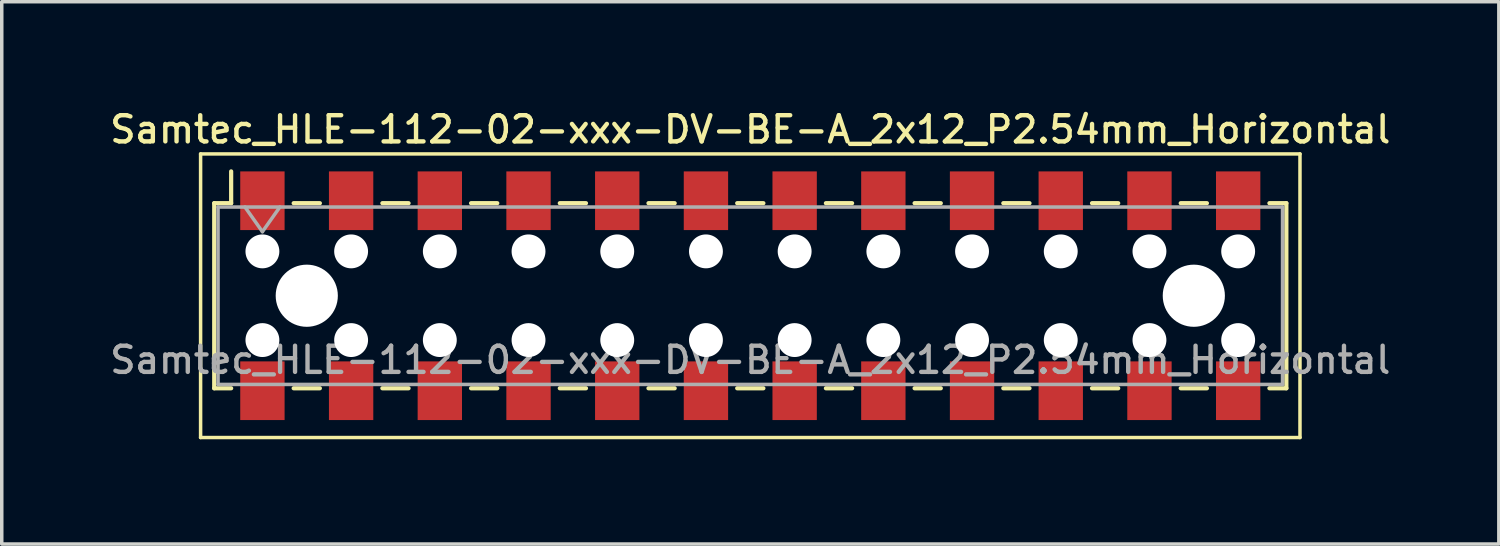
<source format=kicad_pcb>
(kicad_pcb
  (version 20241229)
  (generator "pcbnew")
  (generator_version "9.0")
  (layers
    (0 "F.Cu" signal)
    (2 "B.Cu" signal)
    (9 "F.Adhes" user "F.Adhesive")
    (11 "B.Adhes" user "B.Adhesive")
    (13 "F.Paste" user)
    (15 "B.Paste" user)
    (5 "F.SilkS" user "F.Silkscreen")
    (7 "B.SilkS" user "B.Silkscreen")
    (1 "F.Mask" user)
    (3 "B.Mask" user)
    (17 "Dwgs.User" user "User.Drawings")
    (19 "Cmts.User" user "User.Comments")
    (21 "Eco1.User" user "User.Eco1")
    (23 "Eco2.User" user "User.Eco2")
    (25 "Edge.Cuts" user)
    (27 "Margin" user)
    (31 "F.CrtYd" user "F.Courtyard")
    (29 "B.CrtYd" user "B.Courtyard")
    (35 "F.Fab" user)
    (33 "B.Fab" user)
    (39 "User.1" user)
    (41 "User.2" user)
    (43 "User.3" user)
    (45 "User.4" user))
  (footprint "Samtec_HLE-112-02-xxx-DV-BE-A_2x12_P2.54mm_Horizontal"
    (layer "F.Cu")
    (at 18.434 5.418)
    (property "Reference" "Samtec_HLE-112-02-xxx-DV-BE-A_2x12_P2.54mm_Horizontal" (at 0 -4.76 0) (layer "F.SilkS") (effects (font (size 0.75 0.75) (thickness 0.125))))
    (attr smd)
    (fp_line (start -15.74 -4.06) (end 15.74 -4.06) (stroke (width 0.1) (type solid)) (layer "F.SilkS"))
    (fp_line (start -15.74 4.06) (end -15.74 -4.06) (stroke (width 0.1) (type solid)) (layer "F.SilkS"))
    (fp_line (start -15.35 -2.65) (end -15.35 2.65) (stroke (width 0.12) (type solid)) (layer "F.SilkS"))
    (fp_line (start -15.35 2.65) (end -14.865 2.65) (stroke (width 0.12) (type solid)) (layer "F.SilkS"))
    (fp_line (start -14.865 -3.56) (end -14.865 -2.65) (stroke (width 0.12) (type solid)) (layer "F.SilkS"))
    (fp_line (start -14.865 -2.65) (end -15.35 -2.65) (stroke (width 0.12) (type solid)) (layer "F.SilkS"))
    (fp_line (start -13.075 -2.65) (end -12.325 -2.65) (stroke (width 0.12) (type solid)) (layer "F.SilkS"))
    (fp_line (start -13.075 2.65) (end -12.325 2.65) (stroke (width 0.12) (type solid)) (layer "F.SilkS"))
    (fp_line (start -10.535 -2.65) (end -9.785 -2.65) (stroke (width 0.12) (type solid)) (layer "F.SilkS"))
    (fp_line (start -10.535 2.65) (end -9.785 2.65) (stroke (width 0.12) (type solid)) (layer "F.SilkS"))
    (fp_line (start -7.995 -2.65) (end -7.245 -2.65) (stroke (width 0.12) (type solid)) (layer "F.SilkS"))
    (fp_line (start -7.995 2.65) (end -7.245 2.65) (stroke (width 0.12) (type solid)) (layer "F.SilkS"))
    (fp_line (start -5.455 -2.65) (end -4.705 -2.65) (stroke (width 0.12) (type solid)) (layer "F.SilkS"))
    (fp_line (start -5.455 2.65) (end -4.705 2.65) (stroke (width 0.12) (type solid)) (layer "F.SilkS"))
    (fp_line (start -2.915 -2.65) (end -2.165 -2.65) (stroke (width 0.12) (type solid)) (layer "F.SilkS"))
    (fp_line (start -2.915 2.65) (end -2.165 2.65) (stroke (width 0.12) (type solid)) (layer "F.SilkS"))
    (fp_line (start -0.375 -2.65) (end 0.375 -2.65) (stroke (width 0.12) (type solid)) (layer "F.SilkS"))
    (fp_line (start -0.375 2.65) (end 0.375 2.65) (stroke (width 0.12) (type solid)) (layer "F.SilkS"))
    (fp_line (start 2.165 -2.65) (end 2.915 -2.65) (stroke (width 0.12) (type solid)) (layer "F.SilkS"))
    (fp_line (start 2.165 2.65) (end 2.915 2.65) (stroke (width 0.12) (type solid)) (layer "F.SilkS"))
    (fp_line (start 4.705 -2.65) (end 5.455 -2.65) (stroke (width 0.12) (type solid)) (layer "F.SilkS"))
    (fp_line (start 4.705 2.65) (end 5.455 2.65) (stroke (width 0.12) (type solid)) (layer "F.SilkS"))
    (fp_line (start 7.245 -2.65) (end 7.995 -2.65) (stroke (width 0.12) (type solid)) (layer "F.SilkS"))
    (fp_line (start 7.245 2.65) (end 7.995 2.65) (stroke (width 0.12) (type solid)) (layer "F.SilkS"))
    (fp_line (start 9.785 -2.65) (end 10.535 -2.65) (stroke (width 0.12) (type solid)) (layer "F.SilkS"))
    (fp_line (start 9.785 2.65) (end 10.535 2.65) (stroke (width 0.12) (type solid)) (layer "F.SilkS"))
    (fp_line (start 12.325 -2.65) (end 13.075 -2.65) (stroke (width 0.12) (type solid)) (layer "F.SilkS"))
    (fp_line (start 12.325 2.65) (end 13.075 2.65) (stroke (width 0.12) (type solid)) (layer "F.SilkS"))
    (fp_line (start 14.865 -2.65) (end 15.35 -2.65) (stroke (width 0.12) (type solid)) (layer "F.SilkS"))
    (fp_line (start 15.35 -2.65) (end 15.35 2.65) (stroke (width 0.12) (type solid)) (layer "F.SilkS"))
    (fp_line (start 15.35 2.65) (end 14.865 2.65) (stroke (width 0.12) (type solid)) (layer "F.SilkS"))
    (fp_line (start 15.74 -4.06) (end 15.74 4.06) (stroke (width 0.1) (type solid)) (layer "F.SilkS"))
    (fp_line (start 15.74 4.06) (end -15.74 4.06) (stroke (width 0.1) (type solid)) (layer "F.SilkS"))
    (fp_line (start -15.24 -2.54) (end 15.24 -2.54) (stroke (width 0.1) (type solid)) (layer "F.Fab"))
    (fp_line (start -15.24 2.54) (end -15.24 -2.54) (stroke (width 0.1) (type solid)) (layer "F.Fab"))
    (fp_line (start -14.47 -2.54) (end -13.97 -1.833) (stroke (width 0.1) (type solid)) (layer "F.Fab"))
    (fp_line (start -13.97 -1.833) (end -13.47 -2.54) (stroke (width 0.1) (type solid)) (layer "F.Fab"))
    (fp_line (start 15.24 -2.54) (end 15.24 2.54) (stroke (width 0.1) (type solid)) (layer "F.Fab"))
    (fp_line (start 15.24 2.54) (end -15.24 2.54) (stroke (width 0.1) (type solid)) (layer "F.Fab"))
    (fp_text user "${REFERENCE}" (at 0 1.84 0) (layer "F.Fab") (effects (font (size 0.75 0.75) (thickness 0.125))))
    (pad "" np_thru_hole circle (at -13.97 -1.27) (size 0.97 0.97) (drill 0.97) (layers "*.Cu" "*.Mask"))
    (pad "" np_thru_hole circle (at -13.97 1.27) (size 0.97 0.97) (drill 0.97) (layers "*.Cu" "*.Mask"))
    (pad "" np_thru_hole circle (at -12.7 0) (size 1.78 1.78) (drill 1.78) (layers "*.Cu" "*.Mask"))
    (pad "" np_thru_hole circle (at -11.43 -1.27) (size 0.97 0.97) (drill 0.97) (layers "*.Cu" "*.Mask"))
    (pad "" np_thru_hole circle (at -11.43 1.27) (size 0.97 0.97) (drill 0.97) (layers "*.Cu" "*.Mask"))
    (pad "" np_thru_hole circle (at -8.89 -1.27) (size 0.97 0.97) (drill 0.97) (layers "*.Cu" "*.Mask"))
    (pad "" np_thru_hole circle (at -8.89 1.27) (size 0.97 0.97) (drill 0.97) (layers "*.Cu" "*.Mask"))
    (pad "" np_thru_hole circle (at -6.35 -1.27) (size 0.97 0.97) (drill 0.97) (layers "*.Cu" "*.Mask"))
    (pad "" np_thru_hole circle (at -6.35 1.27) (size 0.97 0.97) (drill 0.97) (layers "*.Cu" "*.Mask"))
    (pad "" np_thru_hole circle (at -3.81 -1.27) (size 0.97 0.97) (drill 0.97) (layers "*.Cu" "*.Mask"))
    (pad "" np_thru_hole circle (at -3.81 1.27) (size 0.97 0.97) (drill 0.97) (layers "*.Cu" "*.Mask"))
    (pad "" np_thru_hole circle (at -1.27 -1.27) (size 0.97 0.97) (drill 0.97) (layers "*.Cu" "*.Mask"))
    (pad "" np_thru_hole circle (at -1.27 1.27) (size 0.97 0.97) (drill 0.97) (layers "*.Cu" "*.Mask"))
    (pad "" np_thru_hole circle (at 1.27 -1.27) (size 0.97 0.97) (drill 0.97) (layers "*.Cu" "*.Mask"))
    (pad "" np_thru_hole circle (at 1.27 1.27) (size 0.97 0.97) (drill 0.97) (layers "*.Cu" "*.Mask"))
    (pad "" np_thru_hole circle (at 3.81 -1.27) (size 0.97 0.97) (drill 0.97) (layers "*.Cu" "*.Mask"))
    (pad "" np_thru_hole circle (at 3.81 1.27) (size 0.97 0.97) (drill 0.97) (layers "*.Cu" "*.Mask"))
    (pad "" np_thru_hole circle (at 6.35 -1.27) (size 0.97 0.97) (drill 0.97) (layers "*.Cu" "*.Mask"))
    (pad "" np_thru_hole circle (at 6.35 1.27) (size 0.97 0.97) (drill 0.97) (layers "*.Cu" "*.Mask"))
    (pad "" np_thru_hole circle (at 8.89 -1.27) (size 0.97 0.97) (drill 0.97) (layers "*.Cu" "*.Mask"))
    (pad "" np_thru_hole circle (at 8.89 1.27) (size 0.97 0.97) (drill 0.97) (layers "*.Cu" "*.Mask"))
    (pad "" np_thru_hole circle (at 11.43 -1.27) (size 0.97 0.97) (drill 0.97) (layers "*.Cu" "*.Mask"))
    (pad "" np_thru_hole circle (at 11.43 1.27) (size 0.97 0.97) (drill 0.97) (layers "*.Cu" "*.Mask"))
    (pad "" np_thru_hole circle (at 12.7 0) (size 1.78 1.78) (drill 1.78) (layers "*.Cu" "*.Mask"))
    (pad "" np_thru_hole circle (at 13.97 -1.27) (size 0.97 0.97) (drill 0.97) (layers "*.Cu" "*.Mask"))
    (pad "" np_thru_hole circle (at 13.97 1.27) (size 0.97 0.97) (drill 0.97) (layers "*.Cu" "*.Mask"))
    (pad "1" smd rect (at -13.97 -2.72) (size 1.27 1.68) (layers "F.Cu" "F.Mask" "F.Paste"))
    (pad "2" smd rect (at -13.97 2.72) (size 1.27 1.68) (layers "F.Cu" "F.Mask" "F.Paste"))
    (pad "3" smd rect (at -11.43 -2.72) (size 1.27 1.68) (layers "F.Cu" "F.Mask" "F.Paste"))
    (pad "4" smd rect (at -11.43 2.72) (size 1.27 1.68) (layers "F.Cu" "F.Mask" "F.Paste"))
    (pad "5" smd rect (at -8.89 -2.72) (size 1.27 1.68) (layers "F.Cu" "F.Mask" "F.Paste"))
    (pad "6" smd rect (at -8.89 2.72) (size 1.27 1.68) (layers "F.Cu" "F.Mask" "F.Paste"))
    (pad "7" smd rect (at -6.35 -2.72) (size 1.27 1.68) (layers "F.Cu" "F.Mask" "F.Paste"))
    (pad "8" smd rect (at -6.35 2.72) (size 1.27 1.68) (layers "F.Cu" "F.Mask" "F.Paste"))
    (pad "9" smd rect (at -3.81 -2.72) (size 1.27 1.68) (layers "F.Cu" "F.Mask" "F.Paste"))
    (pad "10" smd rect (at -3.81 2.72) (size 1.27 1.68) (layers "F.Cu" "F.Mask" "F.Paste"))
    (pad "11" smd rect (at -1.27 -2.72) (size 1.27 1.68) (layers "F.Cu" "F.Mask" "F.Paste"))
    (pad "12" smd rect (at -1.27 2.72) (size 1.27 1.68) (layers "F.Cu" "F.Mask" "F.Paste"))
    (pad "13" smd rect (at 1.27 -2.72) (size 1.27 1.68) (layers "F.Cu" "F.Mask" "F.Paste"))
    (pad "14" smd rect (at 1.27 2.72) (size 1.27 1.68) (layers "F.Cu" "F.Mask" "F.Paste"))
    (pad "15" smd rect (at 3.81 -2.72) (size 1.27 1.68) (layers "F.Cu" "F.Mask" "F.Paste"))
    (pad "16" smd rect (at 3.81 2.72) (size 1.27 1.68) (layers "F.Cu" "F.Mask" "F.Paste"))
    (pad "17" smd rect (at 6.35 -2.72) (size 1.27 1.68) (layers "F.Cu" "F.Mask" "F.Paste"))
    (pad "18" smd rect (at 6.35 2.72) (size 1.27 1.68) (layers "F.Cu" "F.Mask" "F.Paste"))
    (pad "19" smd rect (at 8.89 -2.72) (size 1.27 1.68) (layers "F.Cu" "F.Mask" "F.Paste"))
    (pad "20" smd rect (at 8.89 2.72) (size 1.27 1.68) (layers "F.Cu" "F.Mask" "F.Paste"))
    (pad "21" smd rect (at 11.43 -2.72) (size 1.27 1.68) (layers "F.Cu" "F.Mask" "F.Paste"))
    (pad "22" smd rect (at 11.43 2.72) (size 1.27 1.68) (layers "F.Cu" "F.Mask" "F.Paste"))
    (pad "23" smd rect (at 13.97 -2.72) (size 1.27 1.68) (layers "F.Cu" "F.Mask" "F.Paste"))
    (pad "24" smd rect (at 13.97 2.72) (size 1.27 1.68) (layers "F.Cu" "F.Mask" "F.Paste")))
  (gr_rect
    (start -3 -3)
    (end 39.868 12.528)
    (stroke (width 0.1) (type default))
    (fill no)
    (layer "Edge.Cuts")))
</source>
